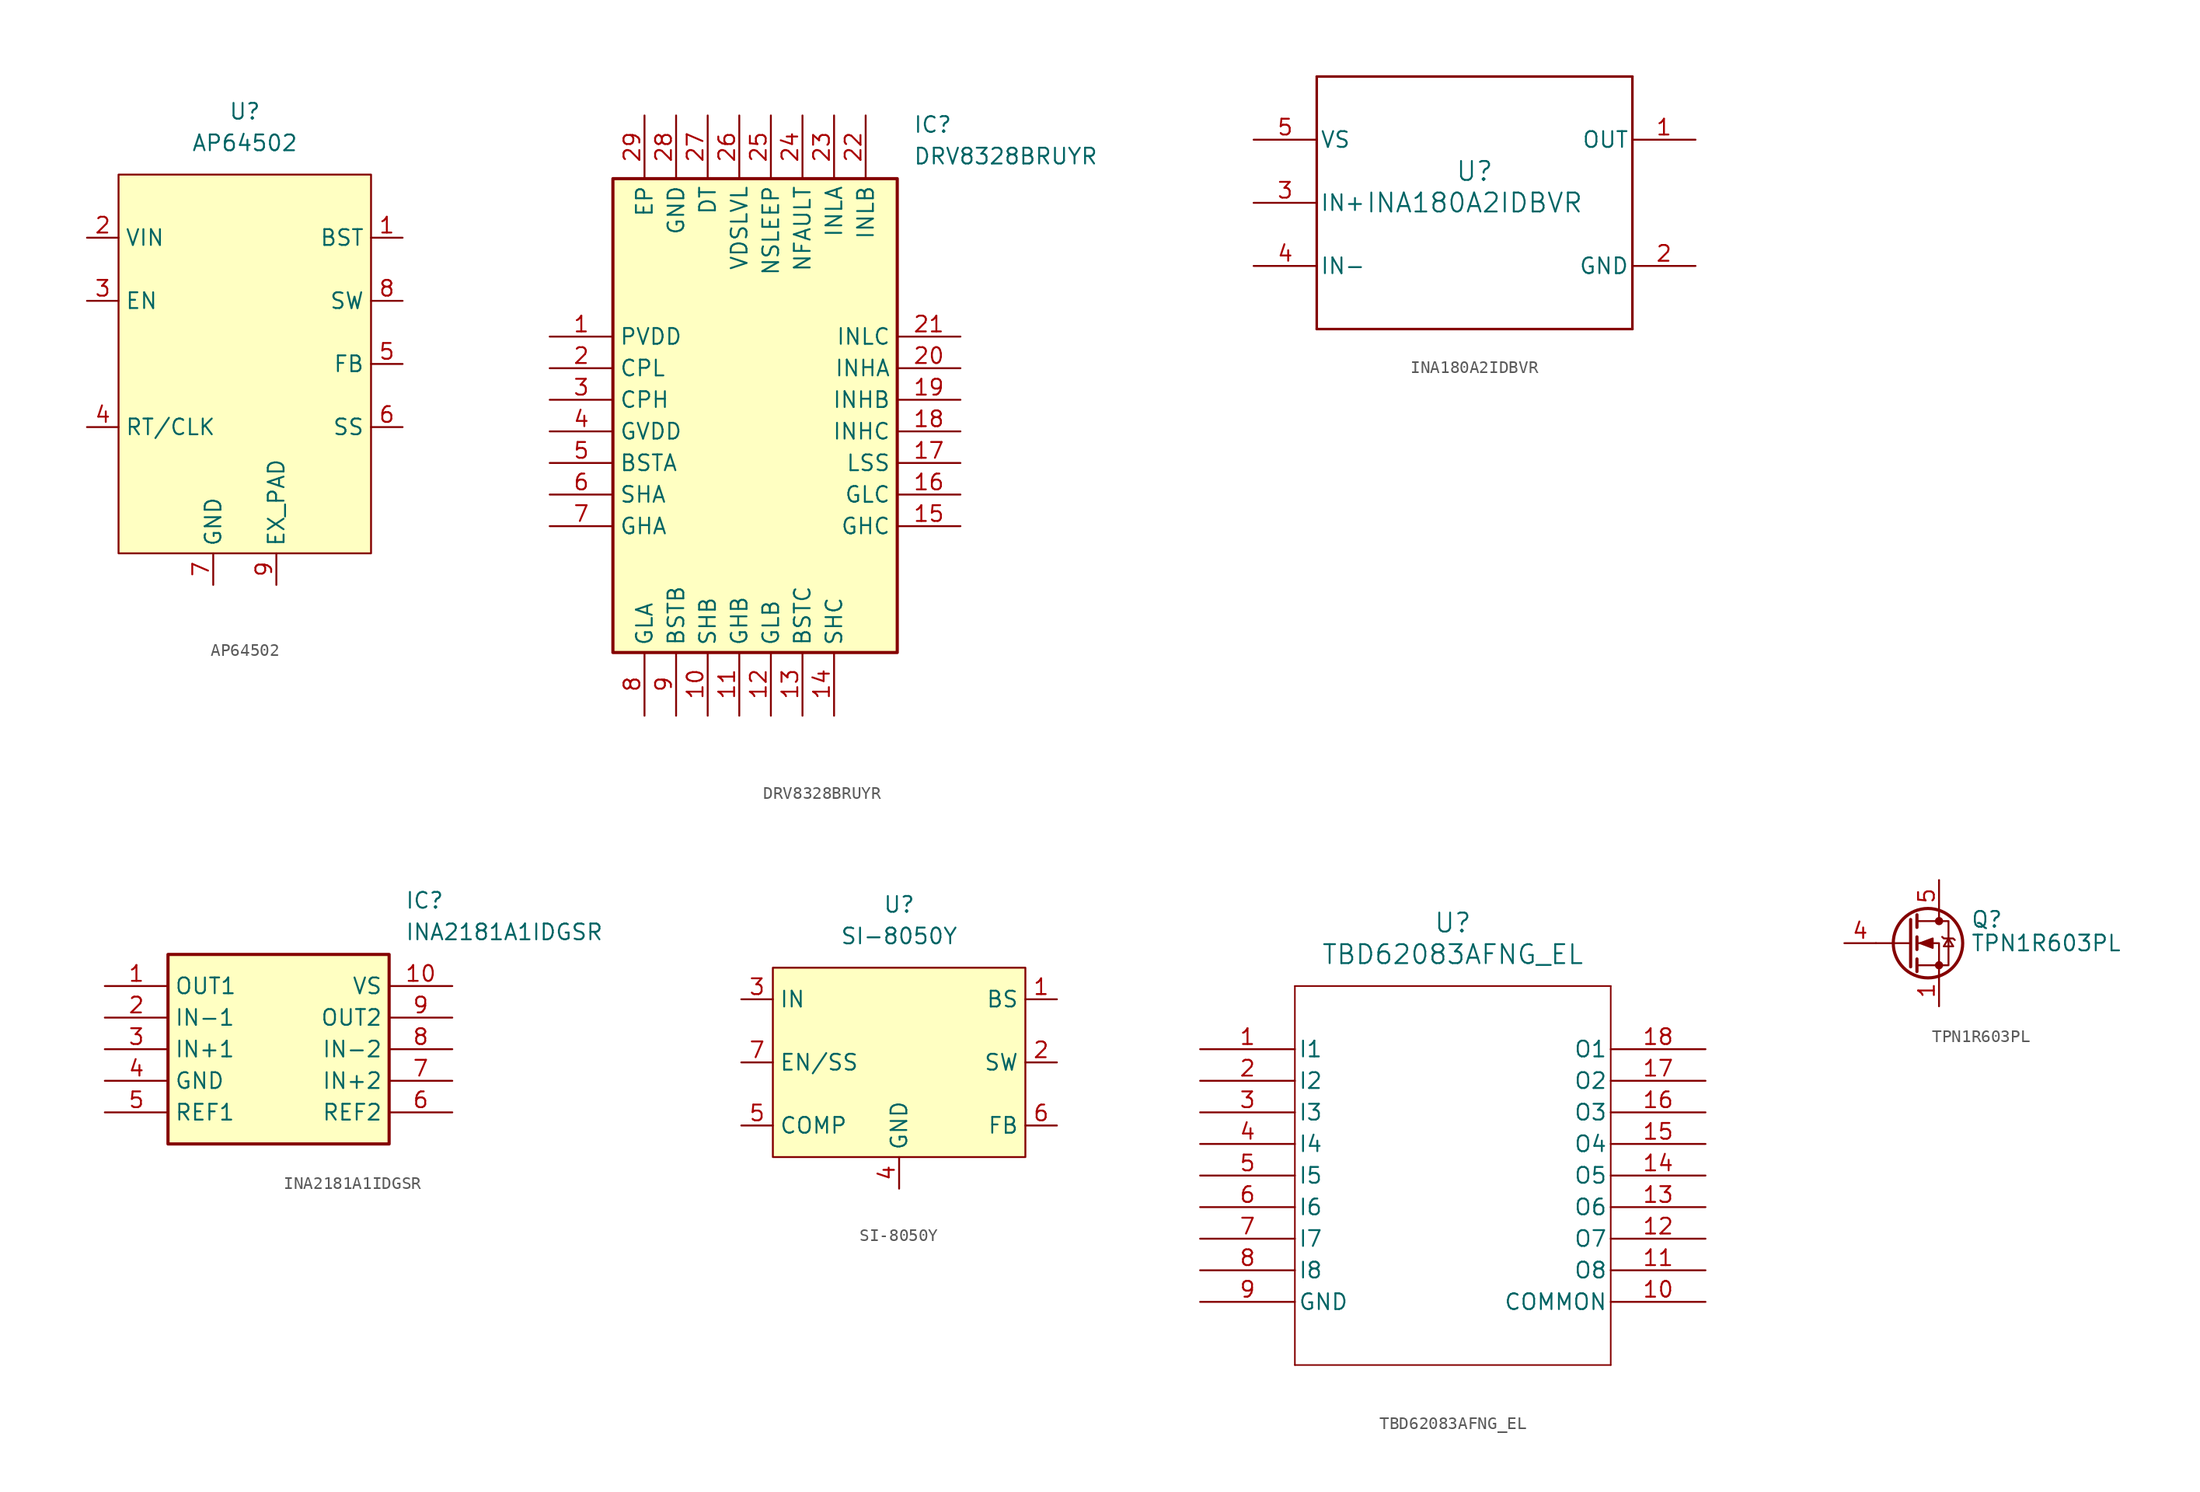
<source format=kicad_sym>
(kicad_symbol_lib
  (version 20231120)
  (generator "kicad_symbol_editor")
  (generator_version "8.0")
  (symbol "AP64502"
    (property "Reference" "U"
      (at 0 20.32 0)
      (effects (font (size 1.27 1.27))))
    (property "Value" "AP64502"
      (at 0 17.78 0)
      (effects (font (size 1.27 1.27))))
    (symbol "AP64502_1_1"
      (rectangle (start -10.16 15.24) (end 10.16 -15.24) (stroke (width 0) (type default)) (fill (type background)))
      (pin passive line (at 12.7 10.16 180) (length 2.54) (name "BST" (effects (font (size 1.27 1.27)))) (number "1" (effects (font (size 1.27 1.27)))))
      (pin power_in line (at -12.7 10.16 0) (length 2.54) (name "VIN" (effects (font (size 1.27 1.27)))) (number "2" (effects (font (size 1.27 1.27)))))
      (pin passive line (at -12.7 5.08 0) (length 2.54) (name "EN" (effects (font (size 1.27 1.27)))) (number "3" (effects (font (size 1.27 1.27)))))
      (pin passive line (at -12.7 -5.08 0) (length 2.54) (name "RT/CLK" (effects (font (size 1.27 1.27)))) (number "4" (effects (font (size 1.27 1.27)))))
      (pin passive line (at 12.7 0 180) (length 2.54) (name "FB" (effects (font (size 1.27 1.27)))) (number "5" (effects (font (size 1.27 1.27)))))
      (pin passive line (at 12.7 -5.08 180) (length 2.54) (name "SS" (effects (font (size 1.27 1.27)))) (number "6" (effects (font (size 1.27 1.27)))))
      (pin power_in line (at -2.54 -17.78 90) (length 2.54) (name "GND" (effects (font (size 1.27 1.27)))) (number "7" (effects (font (size 1.27 1.27)))))
      (pin output line (at 12.7 5.08 180) (length 2.54) (name "SW" (effects (font (size 1.27 1.27)))) (number "8" (effects (font (size 1.27 1.27)))))
      (pin power_in line (at 2.54 -17.78 90) (length 2.54) (name "EX_PAD" (effects (font (size 1.27 1.27)))) (number "9" (effects (font (size 1.27 1.27)))))))
  (symbol "DRV8328BRUYR"
    (property "Reference" "IC"
      (at 29.21 17.78 0)
      (effects (font (size 1.27 1.27)) (justify left top)))
    (property "Value" "DRV8328BRUYR"
      (at 29.21 15.24 0)
      (effects (font (size 1.27 1.27)) (justify left top)))
    (symbol "DRV8328BRUYR_1_1"
      (rectangle (start 5.08 12.7) (end 27.94 -25.4) (stroke (width 0.254) (type default)) (fill (type background)))
      (pin passive line (at 0 0 0) (length 5.08) (name "PVDD" (effects (font (size 1.27 1.27)))) (number "1" (effects (font (size 1.27 1.27)))))
      (pin passive line (at 12.7 -30.48 90) (length 5.08) (name "SHB" (effects (font (size 1.27 1.27)))) (number "10" (effects (font (size 1.27 1.27)))))
      (pin passive line (at 15.24 -30.48 90) (length 5.08) (name "GHB" (effects (font (size 1.27 1.27)))) (number "11" (effects (font (size 1.27 1.27)))))
      (pin passive line (at 17.78 -30.48 90) (length 5.08) (name "GLB" (effects (font (size 1.27 1.27)))) (number "12" (effects (font (size 1.27 1.27)))))
      (pin passive line (at 20.32 -30.48 90) (length 5.08) (name "BSTC" (effects (font (size 1.27 1.27)))) (number "13" (effects (font (size 1.27 1.27)))))
      (pin passive line (at 22.86 -30.48 90) (length 5.08) (name "SHC" (effects (font (size 1.27 1.27)))) (number "14" (effects (font (size 1.27 1.27)))))
      (pin passive line (at 33.02 -15.24 180) (length 5.08) (name "GHC" (effects (font (size 1.27 1.27)))) (number "15" (effects (font (size 1.27 1.27)))))
      (pin passive line (at 33.02 -12.7 180) (length 5.08) (name "GLC" (effects (font (size 1.27 1.27)))) (number "16" (effects (font (size 1.27 1.27)))))
      (pin passive line (at 33.02 -10.16 180) (length 5.08) (name "LSS" (effects (font (size 1.27 1.27)))) (number "17" (effects (font (size 1.27 1.27)))))
      (pin passive line (at 33.02 -7.62 180) (length 5.08) (name "INHC" (effects (font (size 1.27 1.27)))) (number "18" (effects (font (size 1.27 1.27)))))
      (pin passive line (at 33.02 -5.08 180) (length 5.08) (name "INHB" (effects (font (size 1.27 1.27)))) (number "19" (effects (font (size 1.27 1.27)))))
      (pin passive line (at 0 -2.54 0) (length 5.08) (name "CPL" (effects (font (size 1.27 1.27)))) (number "2" (effects (font (size 1.27 1.27)))))
      (pin passive line (at 33.02 -2.54 180) (length 5.08) (name "INHA" (effects (font (size 1.27 1.27)))) (number "20" (effects (font (size 1.27 1.27)))))
      (pin passive line (at 33.02 0 180) (length 5.08) (name "INLC" (effects (font (size 1.27 1.27)))) (number "21" (effects (font (size 1.27 1.27)))))
      (pin passive line (at 25.4 17.78 270) (length 5.08) (name "INLB" (effects (font (size 1.27 1.27)))) (number "22" (effects (font (size 1.27 1.27)))))
      (pin passive line (at 22.86 17.78 270) (length 5.08) (name "INLA" (effects (font (size 1.27 1.27)))) (number "23" (effects (font (size 1.27 1.27)))))
      (pin passive line (at 20.32 17.78 270) (length 5.08) (name "NFAULT" (effects (font (size 1.27 1.27)))) (number "24" (effects (font (size 1.27 1.27)))))
      (pin passive line (at 17.78 17.78 270) (length 5.08) (name "NSLEEP" (effects (font (size 1.27 1.27)))) (number "25" (effects (font (size 1.27 1.27)))))
      (pin passive line (at 15.24 17.78 270) (length 5.08) (name "VDSLVL" (effects (font (size 1.27 1.27)))) (number "26" (effects (font (size 1.27 1.27)))))
      (pin passive line (at 12.7 17.78 270) (length 5.08) (name "DT" (effects (font (size 1.27 1.27)))) (number "27" (effects (font (size 1.27 1.27)))))
      (pin passive line (at 10.16 17.78 270) (length 5.08) (name "GND" (effects (font (size 1.27 1.27)))) (number "28" (effects (font (size 1.27 1.27)))))
      (pin passive line (at 7.62 17.78 270) (length 5.08) (name "EP" (effects (font (size 1.27 1.27)))) (number "29" (effects (font (size 1.27 1.27)))))
      (pin passive line (at 0 -5.08 0) (length 5.08) (name "CPH" (effects (font (size 1.27 1.27)))) (number "3" (effects (font (size 1.27 1.27)))))
      (pin passive line (at 0 -7.62 0) (length 5.08) (name "GVDD" (effects (font (size 1.27 1.27)))) (number "4" (effects (font (size 1.27 1.27)))))
      (pin passive line (at 0 -10.16 0) (length 5.08) (name "BSTA" (effects (font (size 1.27 1.27)))) (number "5" (effects (font (size 1.27 1.27)))))
      (pin passive line (at 0 -12.7 0) (length 5.08) (name "SHA" (effects (font (size 1.27 1.27)))) (number "6" (effects (font (size 1.27 1.27)))))
      (pin passive line (at 0 -15.24 0) (length 5.08) (name "GHA" (effects (font (size 1.27 1.27)))) (number "7" (effects (font (size 1.27 1.27)))))
      (pin passive line (at 7.62 -30.48 90) (length 5.08) (name "GLA" (effects (font (size 1.27 1.27)))) (number "8" (effects (font (size 1.27 1.27)))))
      (pin passive line (at 10.16 -30.48 90) (length 5.08) (name "BSTB" (effects (font (size 1.27 1.27)))) (number "9" (effects (font (size 1.27 1.27)))))))
  (symbol "INA180A2IDBVR"
    (pin_names
      (offset 0.254))
    (property "Reference" "U"
      (at 0 2.54 0)
      (effects (font (size 1.524 1.524))))
    (property "Value" "INA180A2IDBVR"
      (at 0 0 0)
      (effects (font (size 1.524 1.524))))
    (property "ki_locked" ""
      (at 0 0 0)
      (effects (font (size 1.27 1.27))))
    (symbol "INA180A2IDBVR_0_1"
      (polyline (pts (xy -12.7 -10.16) (xy 12.7 -10.16)) (stroke (width 0.203) (type default)) (fill (type none)))
      (polyline (pts (xy -12.7 10.16) (xy -12.7 -10.16)) (stroke (width 0.203) (type default)) (fill (type none)))
      (polyline (pts (xy 12.7 -10.16) (xy 12.7 10.16)) (stroke (width 0.203) (type default)) (fill (type none)))
      (polyline (pts (xy 12.7 10.16) (xy -12.7 10.16)) (stroke (width 0.203) (type default)) (fill (type none)))
      (pin output line (at 17.78 5.08 180) (length 5.08) (name "OUT" (effects (font (size 1.27 1.27)))) (number "1" (effects (font (size 1.27 1.27)))))
      (pin power_in line (at 17.78 -5.08 180) (length 5.08) (name "GND" (effects (font (size 1.27 1.27)))) (number "2" (effects (font (size 1.27 1.27)))))
      (pin input line (at -17.78 0 0) (length 5.08) (name "IN+" (effects (font (size 1.27 1.27)))) (number "3" (effects (font (size 1.27 1.27)))))
      (pin input line (at -17.78 -5.08 0) (length 5.08) (name "IN-" (effects (font (size 1.27 1.27)))) (number "4" (effects (font (size 1.27 1.27)))))
      (pin power_in line (at -17.78 5.08 0) (length 5.08) (name "VS" (effects (font (size 1.27 1.27)))) (number "5" (effects (font (size 1.27 1.27)))))))
  (symbol "INA2181A1IDGSR"
    (property "Reference" "IC"
      (at 24.13 7.62 0)
      (effects (font (size 1.27 1.27)) (justify left top)))
    (property "Value" "INA2181A1IDGSR"
      (at 24.13 5.08 0)
      (effects (font (size 1.27 1.27)) (justify left top)))
    (symbol "INA2181A1IDGSR_1_1"
      (rectangle (start 5.08 2.54) (end 22.86 -12.7) (stroke (width 0.254) (type default)) (fill (type background)))
      (pin passive line (at 0 0 0) (length 5.08) (name "OUT1" (effects (font (size 1.27 1.27)))) (number "1" (effects (font (size 1.27 1.27)))))
      (pin passive line (at 27.94 0 180) (length 5.08) (name "VS" (effects (font (size 1.27 1.27)))) (number "10" (effects (font (size 1.27 1.27)))))
      (pin passive line (at 0 -2.54 0) (length 5.08) (name "IN-1" (effects (font (size 1.27 1.27)))) (number "2" (effects (font (size 1.27 1.27)))))
      (pin passive line (at 0 -5.08 0) (length 5.08) (name "IN+1" (effects (font (size 1.27 1.27)))) (number "3" (effects (font (size 1.27 1.27)))))
      (pin passive line (at 0 -7.62 0) (length 5.08) (name "GND" (effects (font (size 1.27 1.27)))) (number "4" (effects (font (size 1.27 1.27)))))
      (pin passive line (at 0 -10.16 0) (length 5.08) (name "REF1" (effects (font (size 1.27 1.27)))) (number "5" (effects (font (size 1.27 1.27)))))
      (pin passive line (at 27.94 -10.16 180) (length 5.08) (name "REF2" (effects (font (size 1.27 1.27)))) (number "6" (effects (font (size 1.27 1.27)))))
      (pin passive line (at 27.94 -7.62 180) (length 5.08) (name "IN+2" (effects (font (size 1.27 1.27)))) (number "7" (effects (font (size 1.27 1.27)))))
      (pin passive line (at 27.94 -5.08 180) (length 5.08) (name "IN-2" (effects (font (size 1.27 1.27)))) (number "8" (effects (font (size 1.27 1.27)))))
      (pin passive line (at 27.94 -2.54 180) (length 5.08) (name "OUT2" (effects (font (size 1.27 1.27)))) (number "9" (effects (font (size 1.27 1.27)))))))
  (symbol "SI-8050Y"
    (property "Reference" "U"
      (at 0 12.7 0)
      (effects (font (size 1.27 1.27))))
    (property "Value" "SI-8050Y"
      (at 0 10.16 0)
      (effects (font (size 1.27 1.27))))
    (symbol "SI-8050Y_1_1"
      (rectangle (start -10.16 7.62) (end 10.16 -7.62) (stroke (width 0) (type default)) (fill (type background)))
      (pin passive line (at 12.7 5.08 180) (length 2.54) (name "BS" (effects (font (size 1.27 1.27)))) (number "1" (effects (font (size 1.27 1.27)))))
      (pin power_out line (at 12.7 0 180) (length 2.54) (name "SW" (effects (font (size 1.27 1.27)))) (number "2" (effects (font (size 1.27 1.27)))))
      (pin power_in line (at -12.7 5.08 0) (length 2.54) (name "IN" (effects (font (size 1.27 1.27)))) (number "3" (effects (font (size 1.27 1.27)))))
      (pin power_in line (at 0 -10.16 90) (length 2.54) (name "GND" (effects (font (size 1.27 1.27)))) (number "4" (effects (font (size 1.27 1.27)))))
      (pin passive line (at -12.7 -5.08 0) (length 2.54) (name "COMP" (effects (font (size 1.27 1.27)))) (number "5" (effects (font (size 1.27 1.27)))))
      (pin passive line (at 12.7 -5.08 180) (length 2.54) (name "FB" (effects (font (size 1.27 1.27)))) (number "6" (effects (font (size 1.27 1.27)))))
      (pin passive line (at -12.7 0 0) (length 2.54) (name "EN/SS" (effects (font (size 1.27 1.27)))) (number "7" (effects (font (size 1.27 1.27)))))))
  (symbol "TBD62083AFNG_EL"
    (pin_names
      (offset 0.254))
    (property "Reference" "U"
      (at 20.32 10.16 0)
      (effects (font (size 1.524 1.524))))
    (property "Value" "TBD62083AFNG_EL"
      (at 20.32 7.62 0)
      (effects (font (size 1.524 1.524))))
    (property "ki_locked" ""
      (at 0 0 0)
      (effects (font (size 1.27 1.27))))
    (symbol "TBD62083AFNG_EL_0_1"
      (polyline (pts (xy 7.62 -25.4) (xy 33.02 -25.4)) (stroke (width 0.127) (type default)) (fill (type none)))
      (polyline (pts (xy 7.62 5.08) (xy 7.62 -25.4)) (stroke (width 0.127) (type default)) (fill (type none)))
      (polyline (pts (xy 33.02 -25.4) (xy 33.02 5.08)) (stroke (width 0.127) (type default)) (fill (type none)))
      (polyline (pts (xy 33.02 5.08) (xy 7.62 5.08)) (stroke (width 0.127) (type default)) (fill (type none)))
      (pin input line (at 0 0 0) (length 7.62) (name "I1" (effects (font (size 1.27 1.27)))) (number "1" (effects (font (size 1.27 1.27)))))
      (pin unspecified line (at 40.64 -20.32 180) (length 7.62) (name "COMMON" (effects (font (size 1.27 1.27)))) (number "10" (effects (font (size 1.27 1.27)))))
      (pin output line (at 40.64 -17.78 180) (length 7.62) (name "O8" (effects (font (size 1.27 1.27)))) (number "11" (effects (font (size 1.27 1.27)))))
      (pin output line (at 40.64 -15.24 180) (length 7.62) (name "O7" (effects (font (size 1.27 1.27)))) (number "12" (effects (font (size 1.27 1.27)))))
      (pin output line (at 40.64 -12.7 180) (length 7.62) (name "O6" (effects (font (size 1.27 1.27)))) (number "13" (effects (font (size 1.27 1.27)))))
      (pin output line (at 40.64 -10.16 180) (length 7.62) (name "O5" (effects (font (size 1.27 1.27)))) (number "14" (effects (font (size 1.27 1.27)))))
      (pin output line (at 40.64 -7.62 180) (length 7.62) (name "O4" (effects (font (size 1.27 1.27)))) (number "15" (effects (font (size 1.27 1.27)))))
      (pin output line (at 40.64 -5.08 180) (length 7.62) (name "O3" (effects (font (size 1.27 1.27)))) (number "16" (effects (font (size 1.27 1.27)))))
      (pin output line (at 40.64 -2.54 180) (length 7.62) (name "O2" (effects (font (size 1.27 1.27)))) (number "17" (effects (font (size 1.27 1.27)))))
      (pin output line (at 40.64 0 180) (length 7.62) (name "O1" (effects (font (size 1.27 1.27)))) (number "18" (effects (font (size 1.27 1.27)))))
      (pin input line (at 0 -2.54 0) (length 7.62) (name "I2" (effects (font (size 1.27 1.27)))) (number "2" (effects (font (size 1.27 1.27)))))
      (pin input line (at 0 -5.08 0) (length 7.62) (name "I3" (effects (font (size 1.27 1.27)))) (number "3" (effects (font (size 1.27 1.27)))))
      (pin input line (at 0 -7.62 0) (length 7.62) (name "I4" (effects (font (size 1.27 1.27)))) (number "4" (effects (font (size 1.27 1.27)))))
      (pin input line (at 0 -10.16 0) (length 7.62) (name "I5" (effects (font (size 1.27 1.27)))) (number "5" (effects (font (size 1.27 1.27)))))
      (pin input line (at 0 -12.7 0) (length 7.62) (name "I6" (effects (font (size 1.27 1.27)))) (number "6" (effects (font (size 1.27 1.27)))))
      (pin input line (at 0 -15.24 0) (length 7.62) (name "I7" (effects (font (size 1.27 1.27)))) (number "7" (effects (font (size 1.27 1.27)))))
      (pin input line (at 0 -17.78 0) (length 7.62) (name "I8" (effects (font (size 1.27 1.27)))) (number "8" (effects (font (size 1.27 1.27)))))
      (pin power_out line (at 0 -20.32 0) (length 7.62) (name "GND" (effects (font (size 1.27 1.27)))) (number "9" (effects (font (size 1.27 1.27)))))))
  (symbol "TPN1R603PL"
    (pin_names hide)
    (property "Reference" "Q"
      (at 5.08 1.905 0)
      (effects (font (size 1.27 1.27)) (justify left)))
    (property "Value" "TPN1R603PL"
      (at 5.08 0 0)
      (effects (font (size 1.27 1.27)) (justify left)))
    (symbol "TPN1R603PL_0_1"
      (polyline (pts (xy 0.254 0) (xy -2.54 0)) (stroke (width 0) (type default)) (fill (type none)))
      (polyline (pts (xy 0.254 1.905) (xy 0.254 -1.905)) (stroke (width 0.254) (type default)) (fill (type none)))
      (polyline (pts (xy 0.762 -1.27) (xy 0.762 -2.286)) (stroke (width 0.254) (type default)) (fill (type none)))
      (polyline (pts (xy 0.762 0.508) (xy 0.762 -0.508)) (stroke (width 0.254) (type default)) (fill (type none)))
      (polyline (pts (xy 0.762 2.286) (xy 0.762 1.27)) (stroke (width 0.254) (type default)) (fill (type none)))
      (polyline (pts (xy 2.54 2.54) (xy 2.54 1.778)) (stroke (width 0) (type default)) (fill (type none)))
      (polyline (pts (xy 2.54 -2.54) (xy 2.54 0) (xy 0.762 0)) (stroke (width 0) (type default)) (fill (type none)))
      (polyline (pts (xy 0.762 -1.778) (xy 3.302 -1.778) (xy 3.302 1.778) (xy 0.762 1.778)) (stroke (width 0) (type default)) (fill (type none)))
      (polyline (pts (xy 1.016 0) (xy 2.032 0.381) (xy 2.032 -0.381) (xy 1.016 0)) (stroke (width 0) (type default)) (fill (type outline)))
      (polyline (pts (xy 2.794 0.508) (xy 2.921 0.381) (xy 3.683 0.381) (xy 3.81 0.254)) (stroke (width 0) (type default)) (fill (type none)))
      (polyline (pts (xy 3.302 0.381) (xy 2.921 -0.254) (xy 3.683 -0.254) (xy 3.302 0.381)) (stroke (width 0) (type default)) (fill (type none)))
      (circle (center 1.651 0) (radius 2.794) (stroke (width 0.254) (type default)) (fill (type none)))
      (circle (center 2.54 -1.778) (radius 0.254) (stroke (width 0) (type default)) (fill (type outline)))
      (circle (center 2.54 1.778) (radius 0.254) (stroke (width 0) (type default)) (fill (type outline))))
    (symbol "TPN1R603PL_1_1"
      (pin passive line (at 2.54 -5.08 90) (length 2.54) (name "S" (effects (font (size 1.27 1.27)))) (number "1" (effects (font (size 1.27 1.27)))))
      (pin passive line (at 2.54 -5.08 90) (length 2.54) hide (name "S" (effects (font (size 1.27 1.27)))) (number "2" (effects (font (size 1.27 1.27)))))
      (pin passive line (at 2.54 -5.08 90) (length 2.54) hide (name "S" (effects (font (size 1.27 1.27)))) (number "3" (effects (font (size 1.27 1.27)))))
      (pin passive line (at -5.08 0 0) (length 2.54) (name "G" (effects (font (size 1.27 1.27)))) (number "4" (effects (font (size 1.27 1.27)))))
      (pin passive line (at 2.54 5.08 270) (length 2.54) (name "D" (effects (font (size 1.27 1.27)))) (number "5" (effects (font (size 1.27 1.27))))))))
</source>
